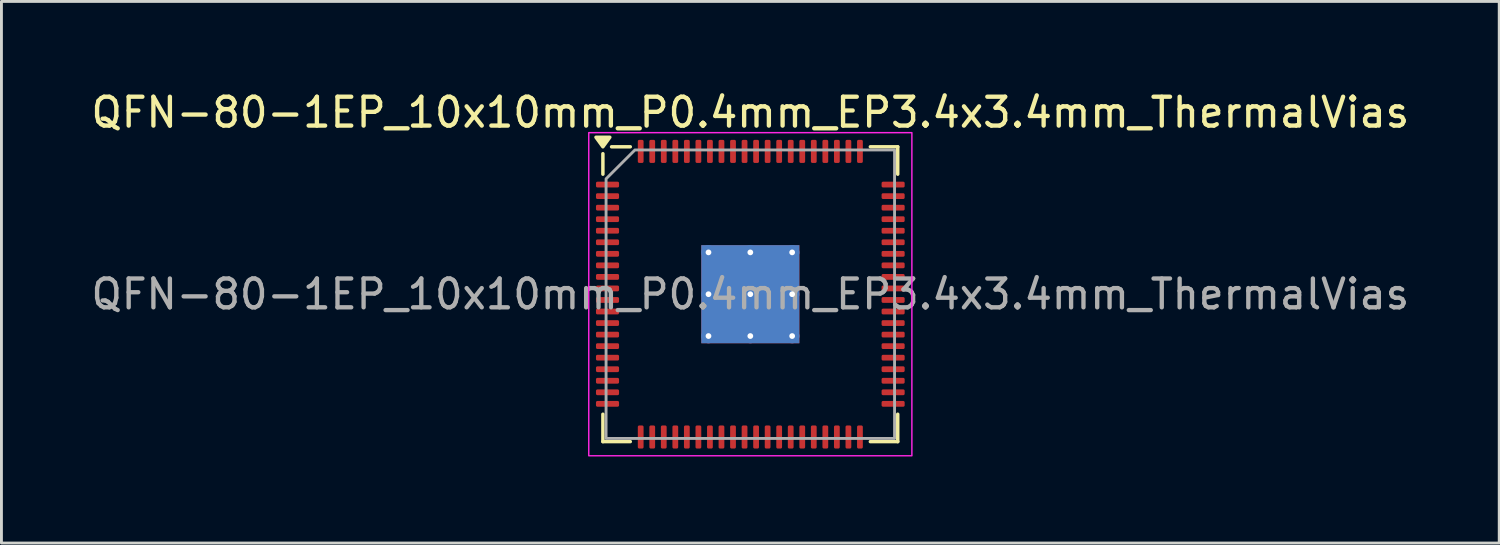
<source format=kicad_pcb>
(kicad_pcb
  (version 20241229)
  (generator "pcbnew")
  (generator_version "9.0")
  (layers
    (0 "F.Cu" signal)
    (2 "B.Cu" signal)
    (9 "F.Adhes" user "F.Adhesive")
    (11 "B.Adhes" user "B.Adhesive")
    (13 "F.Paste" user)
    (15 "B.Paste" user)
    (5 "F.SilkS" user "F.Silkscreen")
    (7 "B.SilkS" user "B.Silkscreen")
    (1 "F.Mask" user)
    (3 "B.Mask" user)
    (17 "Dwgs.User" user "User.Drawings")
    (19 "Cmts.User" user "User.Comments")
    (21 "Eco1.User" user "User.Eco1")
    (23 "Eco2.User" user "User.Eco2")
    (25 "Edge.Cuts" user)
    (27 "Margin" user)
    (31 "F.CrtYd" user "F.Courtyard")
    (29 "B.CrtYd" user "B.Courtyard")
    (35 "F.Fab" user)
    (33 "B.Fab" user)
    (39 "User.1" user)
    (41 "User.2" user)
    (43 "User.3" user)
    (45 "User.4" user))
  (footprint "QFN-80-1EP_10x10mm_P0.4mm_EP3.4x3.4mm_ThermalVias"
    (layer "F.Cu")
    (at 22.958 7.148)
    (property "Reference" "QFN-80-1EP_10x10mm_P0.4mm_EP3.4x3.4mm_ThermalVias" (at 0 -6.3 0) (layer "F.SilkS") (effects (font (size 1 1) (thickness 0.15))))
    (attr smd)
    (fp_line (start -5.11 -4.16) (end -5.11 -4.87) (stroke (width 0.12) (type solid)) (layer "F.SilkS"))
    (fp_line (start -5.11 5.11) (end -5.11 4.16) (stroke (width 0.12) (type solid)) (layer "F.SilkS"))
    (fp_line (start -4.16 -5.11) (end -4.81 -5.11) (stroke (width 0.12) (type solid)) (layer "F.SilkS"))
    (fp_line (start -4.16 5.11) (end -5.11 5.11) (stroke (width 0.12) (type solid)) (layer "F.SilkS"))
    (fp_line (start 4.16 -5.11) (end 5.11 -5.11) (stroke (width 0.12) (type solid)) (layer "F.SilkS"))
    (fp_line (start 4.16 5.11) (end 5.11 5.11) (stroke (width 0.12) (type solid)) (layer "F.SilkS"))
    (fp_line (start 5.11 -5.11) (end 5.11 -4.16) (stroke (width 0.12) (type solid)) (layer "F.SilkS"))
    (fp_line (start 5.11 5.11) (end 5.11 4.16) (stroke (width 0.12) (type solid)) (layer "F.SilkS"))
    (fp_poly (pts (xy -5.11 -5.11) (xy -5.35 -5.44) (xy -4.87 -5.44)) (stroke (width 0.12) (type solid)) (fill yes) (layer "F.SilkS"))
    (fp_rect (start -5.6 -5.6) (end 5.6 5.6) (stroke (width 0.05) (type solid)) (fill no) (layer "F.CrtYd"))
    (fp_poly (pts (xy -5 -4) (xy -5 5) (xy 5 5) (xy 5 -5) (xy -4 -5)) (stroke (width 0.1) (type solid)) (fill no) (layer "F.Fab"))
    (fp_text user "${REFERENCE}" (at 0 0 0) (layer "F.Fab") (effects (font (size 1 1) (thickness 0.15))))
    (pad "" smd custom (at -1.087 -1.087) (size 0.505 0.505) (layers "F.Paste") (options (anchor circle)) (primitives (gr_poly (pts (xy -0.176 -0.05) (xy -0.05 -0.176) (xy 0.176 -0.176) (xy 0.176 0.176) (xy -0.176 0.176)) (width 0.306) (fill yes))))
    (pad "" smd custom (at -1.087 -0.362) (size 0.505 0.505) (layers "F.Paste") (options (anchor circle)) (primitives (gr_poly (pts (xy -0.176 -0.176) (xy 0.176 -0.176) (xy 0.176 0.176) (xy -0.05 0.176) (xy -0.176 0.05)) (width 0.306) (fill yes))))
    (pad "" smd custom (at -1.087 0.362) (size 0.505 0.505) (layers "F.Paste") (options (anchor circle)) (primitives (gr_poly (pts (xy -0.176 -0.05) (xy -0.05 -0.176) (xy 0.176 -0.176) (xy 0.176 0.176) (xy -0.176 0.176)) (width 0.306) (fill yes))))
    (pad "" smd custom (at -1.087 1.087) (size 0.505 0.505) (layers "F.Paste") (options (anchor circle)) (primitives (gr_poly (pts (xy -0.176 -0.176) (xy 0.176 -0.176) (xy 0.176 0.176) (xy -0.05 0.176) (xy -0.176 0.05)) (width 0.306) (fill yes))))
    (pad "" smd custom (at -0.362 -1.087) (size 0.505 0.505) (layers "F.Paste") (options (anchor circle)) (primitives (gr_poly (pts (xy -0.176 -0.176) (xy 0.05 -0.176) (xy 0.176 -0.05) (xy 0.176 0.176) (xy -0.176 0.176)) (width 0.306) (fill yes))))
    (pad "" smd custom (at -0.362 -0.362) (size 0.505 0.505) (layers "F.Paste") (options (anchor circle)) (primitives (gr_poly (pts (xy -0.176 -0.176) (xy 0.176 -0.176) (xy 0.176 0.05) (xy 0.05 0.176) (xy -0.176 0.176)) (width 0.306) (fill yes))))
    (pad "" smd custom (at -0.362 0.362) (size 0.505 0.505) (layers "F.Paste") (options (anchor circle)) (primitives (gr_poly (pts (xy -0.176 -0.176) (xy 0.05 -0.176) (xy 0.176 -0.05) (xy 0.176 0.176) (xy -0.176 0.176)) (width 0.306) (fill yes))))
    (pad "" smd custom (at -0.362 1.087) (size 0.505 0.505) (layers "F.Paste") (options (anchor circle)) (primitives (gr_poly (pts (xy -0.176 -0.176) (xy 0.176 -0.176) (xy 0.176 0.05) (xy 0.05 0.176) (xy -0.176 0.176)) (width 0.306) (fill yes))))
    (pad "" smd custom (at 0.362 -1.087) (size 0.505 0.505) (layers "F.Paste") (options (anchor circle)) (primitives (gr_poly (pts (xy -0.176 -0.05) (xy -0.05 -0.176) (xy 0.176 -0.176) (xy 0.176 0.176) (xy -0.176 0.176)) (width 0.306) (fill yes))))
    (pad "" smd custom (at 0.362 -0.362) (size 0.505 0.505) (layers "F.Paste") (options (anchor circle)) (primitives (gr_poly (pts (xy -0.176 -0.176) (xy 0.176 -0.176) (xy 0.176 0.176) (xy -0.05 0.176) (xy -0.176 0.05)) (width 0.306) (fill yes))))
    (pad "" smd custom (at 0.362 0.362) (size 0.505 0.505) (layers "F.Paste") (options (anchor circle)) (primitives (gr_poly (pts (xy -0.176 -0.05) (xy -0.05 -0.176) (xy 0.176 -0.176) (xy 0.176 0.176) (xy -0.176 0.176)) (width 0.306) (fill yes))))
    (pad "" smd custom (at 0.362 1.087) (size 0.505 0.505) (layers "F.Paste") (options (anchor circle)) (primitives (gr_poly (pts (xy -0.176 -0.176) (xy 0.176 -0.176) (xy 0.176 0.176) (xy -0.05 0.176) (xy -0.176 0.05)) (width 0.306) (fill yes))))
    (pad "" smd custom (at 1.087 -1.087) (size 0.505 0.505) (layers "F.Paste") (options (anchor circle)) (primitives (gr_poly (pts (xy -0.176 -0.176) (xy 0.05 -0.176) (xy 0.176 -0.05) (xy 0.176 0.176) (xy -0.176 0.176)) (width 0.306) (fill yes))))
    (pad "" smd custom (at 1.087 -0.362) (size 0.505 0.505) (layers "F.Paste") (options (anchor circle)) (primitives (gr_poly (pts (xy -0.176 -0.176) (xy 0.176 -0.176) (xy 0.176 0.05) (xy 0.05 0.176) (xy -0.176 0.176)) (width 0.306) (fill yes))))
    (pad "" smd custom (at 1.087 0.362) (size 0.505 0.505) (layers "F.Paste") (options (anchor circle)) (primitives (gr_poly (pts (xy -0.176 -0.176) (xy 0.05 -0.176) (xy 0.176 -0.05) (xy 0.176 0.176) (xy -0.176 0.176)) (width 0.306) (fill yes))))
    (pad "" smd custom (at 1.087 1.087) (size 0.505 0.505) (layers "F.Paste") (options (anchor circle)) (primitives (gr_poly (pts (xy -0.176 -0.176) (xy 0.176 -0.176) (xy 0.176 0.05) (xy 0.05 0.176) (xy -0.176 0.176)) (width 0.306) (fill yes))))
    (pad "1" smd roundrect (at -4.95 -3.8) (size 0.8 0.2) (layers "F.Cu" "F.Mask" "F.Paste") (roundrect_rratio 0.25))
    (pad "2" smd roundrect (at -4.95 -3.4) (size 0.8 0.2) (layers "F.Cu" "F.Mask" "F.Paste") (roundrect_rratio 0.25))
    (pad "3" smd roundrect (at -4.95 -3) (size 0.8 0.2) (layers "F.Cu" "F.Mask" "F.Paste") (roundrect_rratio 0.25))
    (pad "4" smd roundrect (at -4.95 -2.6) (size 0.8 0.2) (layers "F.Cu" "F.Mask" "F.Paste") (roundrect_rratio 0.25))
    (pad "5" smd roundrect (at -4.95 -2.2) (size 0.8 0.2) (layers "F.Cu" "F.Mask" "F.Paste") (roundrect_rratio 0.25))
    (pad "6" smd roundrect (at -4.95 -1.8) (size 0.8 0.2) (layers "F.Cu" "F.Mask" "F.Paste") (roundrect_rratio 0.25))
    (pad "7" smd roundrect (at -4.95 -1.4) (size 0.8 0.2) (layers "F.Cu" "F.Mask" "F.Paste") (roundrect_rratio 0.25))
    (pad "8" smd roundrect (at -4.95 -1) (size 0.8 0.2) (layers "F.Cu" "F.Mask" "F.Paste") (roundrect_rratio 0.25))
    (pad "9" smd roundrect (at -4.95 -0.6) (size 0.8 0.2) (layers "F.Cu" "F.Mask" "F.Paste") (roundrect_rratio 0.25))
    (pad "10" smd roundrect (at -4.95 -0.2) (size 0.8 0.2) (layers "F.Cu" "F.Mask" "F.Paste") (roundrect_rratio 0.25))
    (pad "11" smd roundrect (at -4.95 0.2) (size 0.8 0.2) (layers "F.Cu" "F.Mask" "F.Paste") (roundrect_rratio 0.25))
    (pad "12" smd roundrect (at -4.95 0.6) (size 0.8 0.2) (layers "F.Cu" "F.Mask" "F.Paste") (roundrect_rratio 0.25))
    (pad "13" smd roundrect (at -4.95 1) (size 0.8 0.2) (layers "F.Cu" "F.Mask" "F.Paste") (roundrect_rratio 0.25))
    (pad "14" smd roundrect (at -4.95 1.4) (size 0.8 0.2) (layers "F.Cu" "F.Mask" "F.Paste") (roundrect_rratio 0.25))
    (pad "15" smd roundrect (at -4.95 1.8) (size 0.8 0.2) (layers "F.Cu" "F.Mask" "F.Paste") (roundrect_rratio 0.25))
    (pad "16" smd roundrect (at -4.95 2.2) (size 0.8 0.2) (layers "F.Cu" "F.Mask" "F.Paste") (roundrect_rratio 0.25))
    (pad "17" smd roundrect (at -4.95 2.6) (size 0.8 0.2) (layers "F.Cu" "F.Mask" "F.Paste") (roundrect_rratio 0.25))
    (pad "18" smd roundrect (at -4.95 3) (size 0.8 0.2) (layers "F.Cu" "F.Mask" "F.Paste") (roundrect_rratio 0.25))
    (pad "19" smd roundrect (at -4.95 3.4) (size 0.8 0.2) (layers "F.Cu" "F.Mask" "F.Paste") (roundrect_rratio 0.25))
    (pad "20" smd roundrect (at -4.95 3.8) (size 0.8 0.2) (layers "F.Cu" "F.Mask" "F.Paste") (roundrect_rratio 0.25))
    (pad "21" smd roundrect (at -3.8 4.95) (size 0.2 0.8) (layers "F.Cu" "F.Mask" "F.Paste") (roundrect_rratio 0.25))
    (pad "22" smd roundrect (at -3.4 4.95) (size 0.2 0.8) (layers "F.Cu" "F.Mask" "F.Paste") (roundrect_rratio 0.25))
    (pad "23" smd roundrect (at -3 4.95) (size 0.2 0.8) (layers "F.Cu" "F.Mask" "F.Paste") (roundrect_rratio 0.25))
    (pad "24" smd roundrect (at -2.6 4.95) (size 0.2 0.8) (layers "F.Cu" "F.Mask" "F.Paste") (roundrect_rratio 0.25))
    (pad "25" smd roundrect (at -2.2 4.95) (size 0.2 0.8) (layers "F.Cu" "F.Mask" "F.Paste") (roundrect_rratio 0.25))
    (pad "26" smd roundrect (at -1.8 4.95) (size 0.2 0.8) (layers "F.Cu" "F.Mask" "F.Paste") (roundrect_rratio 0.25))
    (pad "27" smd roundrect (at -1.4 4.95) (size 0.2 0.8) (layers "F.Cu" "F.Mask" "F.Paste") (roundrect_rratio 0.25))
    (pad "28" smd roundrect (at -1 4.95) (size 0.2 0.8) (layers "F.Cu" "F.Mask" "F.Paste") (roundrect_rratio 0.25))
    (pad "29" smd roundrect (at -0.6 4.95) (size 0.2 0.8) (layers "F.Cu" "F.Mask" "F.Paste") (roundrect_rratio 0.25))
    (pad "30" smd roundrect (at -0.2 4.95) (size 0.2 0.8) (layers "F.Cu" "F.Mask" "F.Paste") (roundrect_rratio 0.25))
    (pad "31" smd roundrect (at 0.2 4.95) (size 0.2 0.8) (layers "F.Cu" "F.Mask" "F.Paste") (roundrect_rratio 0.25))
    (pad "32" smd roundrect (at 0.6 4.95) (size 0.2 0.8) (layers "F.Cu" "F.Mask" "F.Paste") (roundrect_rratio 0.25))
    (pad "33" smd roundrect (at 1 4.95) (size 0.2 0.8) (layers "F.Cu" "F.Mask" "F.Paste") (roundrect_rratio 0.25))
    (pad "34" smd roundrect (at 1.4 4.95) (size 0.2 0.8) (layers "F.Cu" "F.Mask" "F.Paste") (roundrect_rratio 0.25))
    (pad "35" smd roundrect (at 1.8 4.95) (size 0.2 0.8) (layers "F.Cu" "F.Mask" "F.Paste") (roundrect_rratio 0.25))
    (pad "36" smd roundrect (at 2.2 4.95) (size 0.2 0.8) (layers "F.Cu" "F.Mask" "F.Paste") (roundrect_rratio 0.25))
    (pad "37" smd roundrect (at 2.6 4.95) (size 0.2 0.8) (layers "F.Cu" "F.Mask" "F.Paste") (roundrect_rratio 0.25))
    (pad "38" smd roundrect (at 3 4.95) (size 0.2 0.8) (layers "F.Cu" "F.Mask" "F.Paste") (roundrect_rratio 0.25))
    (pad "39" smd roundrect (at 3.4 4.95) (size 0.2 0.8) (layers "F.Cu" "F.Mask" "F.Paste") (roundrect_rratio 0.25))
    (pad "40" smd roundrect (at 3.8 4.95) (size 0.2 0.8) (layers "F.Cu" "F.Mask" "F.Paste") (roundrect_rratio 0.25))
    (pad "41" smd roundrect (at 4.95 3.8) (size 0.8 0.2) (layers "F.Cu" "F.Mask" "F.Paste") (roundrect_rratio 0.25))
    (pad "42" smd roundrect (at 4.95 3.4) (size 0.8 0.2) (layers "F.Cu" "F.Mask" "F.Paste") (roundrect_rratio 0.25))
    (pad "43" smd roundrect (at 4.95 3) (size 0.8 0.2) (layers "F.Cu" "F.Mask" "F.Paste") (roundrect_rratio 0.25))
    (pad "44" smd roundrect (at 4.95 2.6) (size 0.8 0.2) (layers "F.Cu" "F.Mask" "F.Paste") (roundrect_rratio 0.25))
    (pad "45" smd roundrect (at 4.95 2.2) (size 0.8 0.2) (layers "F.Cu" "F.Mask" "F.Paste") (roundrect_rratio 0.25))
    (pad "46" smd roundrect (at 4.95 1.8) (size 0.8 0.2) (layers "F.Cu" "F.Mask" "F.Paste") (roundrect_rratio 0.25))
    (pad "47" smd roundrect (at 4.95 1.4) (size 0.8 0.2) (layers "F.Cu" "F.Mask" "F.Paste") (roundrect_rratio 0.25))
    (pad "48" smd roundrect (at 4.95 1) (size 0.8 0.2) (layers "F.Cu" "F.Mask" "F.Paste") (roundrect_rratio 0.25))
    (pad "49" smd roundrect (at 4.95 0.6) (size 0.8 0.2) (layers "F.Cu" "F.Mask" "F.Paste") (roundrect_rratio 0.25))
    (pad "50" smd roundrect (at 4.95 0.2) (size 0.8 0.2) (layers "F.Cu" "F.Mask" "F.Paste") (roundrect_rratio 0.25))
    (pad "51" smd roundrect (at 4.95 -0.2) (size 0.8 0.2) (layers "F.Cu" "F.Mask" "F.Paste") (roundrect_rratio 0.25))
    (pad "52" smd roundrect (at 4.95 -0.6) (size 0.8 0.2) (layers "F.Cu" "F.Mask" "F.Paste") (roundrect_rratio 0.25))
    (pad "53" smd roundrect (at 4.95 -1) (size 0.8 0.2) (layers "F.Cu" "F.Mask" "F.Paste") (roundrect_rratio 0.25))
    (pad "54" smd roundrect (at 4.95 -1.4) (size 0.8 0.2) (layers "F.Cu" "F.Mask" "F.Paste") (roundrect_rratio 0.25))
    (pad "55" smd roundrect (at 4.95 -1.8) (size 0.8 0.2) (layers "F.Cu" "F.Mask" "F.Paste") (roundrect_rratio 0.25))
    (pad "56" smd roundrect (at 4.95 -2.2) (size 0.8 0.2) (layers "F.Cu" "F.Mask" "F.Paste") (roundrect_rratio 0.25))
    (pad "57" smd roundrect (at 4.95 -2.6) (size 0.8 0.2) (layers "F.Cu" "F.Mask" "F.Paste") (roundrect_rratio 0.25))
    (pad "58" smd roundrect (at 4.95 -3) (size 0.8 0.2) (layers "F.Cu" "F.Mask" "F.Paste") (roundrect_rratio 0.25))
    (pad "59" smd roundrect (at 4.95 -3.4) (size 0.8 0.2) (layers "F.Cu" "F.Mask" "F.Paste") (roundrect_rratio 0.25))
    (pad "60" smd roundrect (at 4.95 -3.8) (size 0.8 0.2) (layers "F.Cu" "F.Mask" "F.Paste") (roundrect_rratio 0.25))
    (pad "61" smd roundrect (at 3.8 -4.95) (size 0.2 0.8) (layers "F.Cu" "F.Mask" "F.Paste") (roundrect_rratio 0.25))
    (pad "62" smd roundrect (at 3.4 -4.95) (size 0.2 0.8) (layers "F.Cu" "F.Mask" "F.Paste") (roundrect_rratio 0.25))
    (pad "63" smd roundrect (at 3 -4.95) (size 0.2 0.8) (layers "F.Cu" "F.Mask" "F.Paste") (roundrect_rratio 0.25))
    (pad "64" smd roundrect (at 2.6 -4.95) (size 0.2 0.8) (layers "F.Cu" "F.Mask" "F.Paste") (roundrect_rratio 0.25))
    (pad "65" smd roundrect (at 2.2 -4.95) (size 0.2 0.8) (layers "F.Cu" "F.Mask" "F.Paste") (roundrect_rratio 0.25))
    (pad "66" smd roundrect (at 1.8 -4.95) (size 0.2 0.8) (layers "F.Cu" "F.Mask" "F.Paste") (roundrect_rratio 0.25))
    (pad "67" smd roundrect (at 1.4 -4.95) (size 0.2 0.8) (layers "F.Cu" "F.Mask" "F.Paste") (roundrect_rratio 0.25))
    (pad "68" smd roundrect (at 1 -4.95) (size 0.2 0.8) (layers "F.Cu" "F.Mask" "F.Paste") (roundrect_rratio 0.25))
    (pad "69" smd roundrect (at 0.6 -4.95) (size 0.2 0.8) (layers "F.Cu" "F.Mask" "F.Paste") (roundrect_rratio 0.25))
    (pad "70" smd roundrect (at 0.2 -4.95) (size 0.2 0.8) (layers "F.Cu" "F.Mask" "F.Paste") (roundrect_rratio 0.25))
    (pad "71" smd roundrect (at -0.2 -4.95) (size 0.2 0.8) (layers "F.Cu" "F.Mask" "F.Paste") (roundrect_rratio 0.25))
    (pad "72" smd roundrect (at -0.6 -4.95) (size 0.2 0.8) (layers "F.Cu" "F.Mask" "F.Paste") (roundrect_rratio 0.25))
    (pad "73" smd roundrect (at -1 -4.95) (size 0.2 0.8) (layers "F.Cu" "F.Mask" "F.Paste") (roundrect_rratio 0.25))
    (pad "74" smd roundrect (at -1.4 -4.95) (size 0.2 0.8) (layers "F.Cu" "F.Mask" "F.Paste") (roundrect_rratio 0.25))
    (pad "75" smd roundrect (at -1.8 -4.95) (size 0.2 0.8) (layers "F.Cu" "F.Mask" "F.Paste") (roundrect_rratio 0.25))
    (pad "76" smd roundrect (at -2.2 -4.95) (size 0.2 0.8) (layers "F.Cu" "F.Mask" "F.Paste") (roundrect_rratio 0.25))
    (pad "77" smd roundrect (at -2.6 -4.95) (size 0.2 0.8) (layers "F.Cu" "F.Mask" "F.Paste") (roundrect_rratio 0.25))
    (pad "78" smd roundrect (at -3 -4.95) (size 0.2 0.8) (layers "F.Cu" "F.Mask" "F.Paste") (roundrect_rratio 0.25))
    (pad "79" smd roundrect (at -3.4 -4.95) (size 0.2 0.8) (layers "F.Cu" "F.Mask" "F.Paste") (roundrect_rratio 0.25))
    (pad "80" smd roundrect (at -3.8 -4.95) (size 0.2 0.8) (layers "F.Cu" "F.Mask" "F.Paste") (roundrect_rratio 0.25))
    (pad "81" thru_hole circle (at -1.45 -1.45) (size 0.5 0.5) (drill 0.2) (property pad_prop_heatsink) (layers "*.Cu"))
    (pad "81" thru_hole circle (at -1.45 0) (size 0.5 0.5) (drill 0.2) (property pad_prop_heatsink) (layers "*.Cu"))
    (pad "81" thru_hole circle (at -1.45 1.45) (size 0.5 0.5) (drill 0.2) (property pad_prop_heatsink) (layers "*.Cu"))
    (pad "81" thru_hole circle (at 0 -1.45) (size 0.5 0.5) (drill 0.2) (property pad_prop_heatsink) (layers "*.Cu"))
    (pad "81" thru_hole circle (at 0 0) (size 0.5 0.5) (drill 0.2) (property pad_prop_heatsink) (layers "*.Cu"))
    (pad "81" smd rect (at 0 0) (size 3.4 3.4) (property pad_prop_heatsink) (layers "F.Cu" "F.Mask"))
    (pad "81" smd rect (at 0 0) (size 3.4 3.4) (property pad_prop_heatsink) (layers "B.Cu"))
    (pad "81" thru_hole circle (at 0 1.45) (size 0.5 0.5) (drill 0.2) (property pad_prop_heatsink) (layers "*.Cu"))
    (pad "81" thru_hole circle (at 1.45 -1.45) (size 0.5 0.5) (drill 0.2) (property pad_prop_heatsink) (layers "*.Cu"))
    (pad "81" thru_hole circle (at 1.45 0) (size 0.5 0.5) (drill 0.2) (property pad_prop_heatsink) (layers "*.Cu"))
    (pad "81" thru_hole circle (at 1.45 1.45) (size 0.5 0.5) (drill 0.2) (property pad_prop_heatsink) (layers "*.Cu")))
  (gr_rect
    (start -3 -3)
    (end 48.917 15.773)
    (stroke (width 0.1) (type default))
    (fill no)
    (layer "Edge.Cuts")))
</source>
